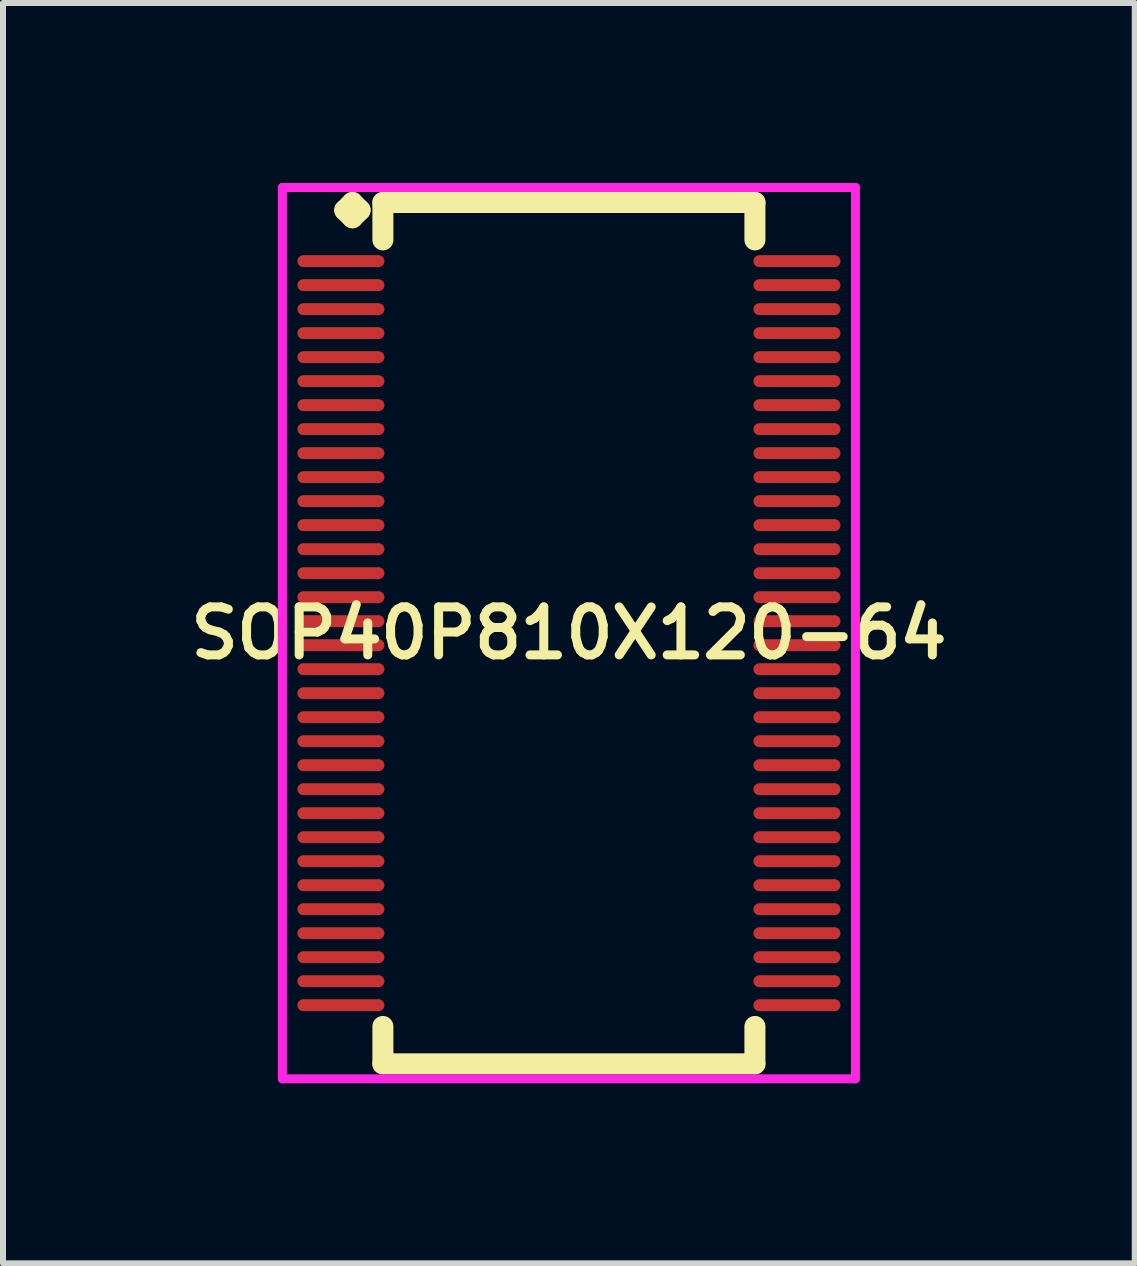
<source format=kicad_pcb>
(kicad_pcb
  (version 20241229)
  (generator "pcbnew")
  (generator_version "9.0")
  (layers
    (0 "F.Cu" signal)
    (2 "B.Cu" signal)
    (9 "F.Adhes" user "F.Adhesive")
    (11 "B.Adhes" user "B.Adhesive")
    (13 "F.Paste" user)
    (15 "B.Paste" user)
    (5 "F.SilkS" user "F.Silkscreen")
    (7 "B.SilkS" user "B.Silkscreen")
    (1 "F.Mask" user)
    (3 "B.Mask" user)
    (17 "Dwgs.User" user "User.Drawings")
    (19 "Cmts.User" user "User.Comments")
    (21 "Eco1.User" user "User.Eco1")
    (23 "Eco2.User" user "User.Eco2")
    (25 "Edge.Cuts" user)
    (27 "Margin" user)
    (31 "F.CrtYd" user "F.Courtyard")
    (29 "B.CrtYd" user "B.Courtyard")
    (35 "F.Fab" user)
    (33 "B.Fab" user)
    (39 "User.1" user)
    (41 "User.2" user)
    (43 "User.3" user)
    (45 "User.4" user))
  (footprint "SOP40P810X120-64"
    (layer "F.Cu")
    (at 6.431 7.502)
    (property "Reference" "SOP40P810X120-64" (at 0 0 0) (layer "F.SilkS") (effects (font (size 0.8 0.8) (thickness 0.15))))
    (attr smd)
    (fp_line (start -3.735 -7.05) (end -3.608 -7.177) (stroke (width 0.35) (type solid)) (layer "F.SilkS"))
    (fp_line (start -3.608 -7.177) (end -3.481 -7.05) (stroke (width 0.35) (type solid)) (layer "F.SilkS"))
    (fp_line (start -3.608 -6.923) (end -3.735 -7.05) (stroke (width 0.35) (type solid)) (layer "F.SilkS"))
    (fp_line (start -3.481 -7.05) (end -3.608 -6.923) (stroke (width 0.35) (type solid)) (layer "F.SilkS"))
    (fp_line (start -3.1 -7.177) (end 3.1 -7.177) (stroke (width 0.35) (type solid)) (layer "F.SilkS"))
    (fp_line (start -3.1 -6.554) (end -3.1 -7.177) (stroke (width 0.35) (type solid)) (layer "F.SilkS"))
    (fp_line (start -3.1 6.554) (end -3.1 7.177) (stroke (width 0.35) (type solid)) (layer "F.SilkS"))
    (fp_line (start -3.1 7.177) (end 3.1 7.177) (stroke (width 0.35) (type solid)) (layer "F.SilkS"))
    (fp_line (start 3.1 -7.177) (end 3.1 -6.554) (stroke (width 0.35) (type solid)) (layer "F.SilkS"))
    (fp_line (start 3.1 7.177) (end 3.1 6.554) (stroke (width 0.35) (type solid)) (layer "F.SilkS"))
    (fp_line (start -4.775 -7.427) (end 4.775 -7.427) (stroke (width 0.15) (type solid)) (layer "F.CrtYd"))
    (fp_line (start -4.775 7.427) (end -4.775 -7.427) (stroke (width 0.15) (type solid)) (layer "F.CrtYd"))
    (fp_line (start 4.775 -7.427) (end 4.775 7.427) (stroke (width 0.15) (type solid)) (layer "F.CrtYd"))
    (fp_line (start 4.775 7.427) (end -4.775 7.427) (stroke (width 0.15) (type solid)) (layer "F.CrtYd"))
    (pad "1" smd oval (at -3.8 -6.2) (size 1.45 0.2) (layers "F.Cu" "F.Mask" "F.Paste"))
    (pad "2" smd oval (at -3.8 -5.8) (size 1.45 0.2) (layers "F.Cu" "F.Mask" "F.Paste"))
    (pad "3" smd oval (at -3.8 -5.4) (size 1.45 0.2) (layers "F.Cu" "F.Mask" "F.Paste"))
    (pad "4" smd oval (at -3.8 -5) (size 1.45 0.2) (layers "F.Cu" "F.Mask" "F.Paste"))
    (pad "5" smd oval (at -3.8 -4.6) (size 1.45 0.2) (layers "F.Cu" "F.Mask" "F.Paste"))
    (pad "6" smd oval (at -3.8 -4.2) (size 1.45 0.2) (layers "F.Cu" "F.Mask" "F.Paste"))
    (pad "7" smd oval (at -3.8 -3.8) (size 1.45 0.2) (layers "F.Cu" "F.Mask" "F.Paste"))
    (pad "8" smd oval (at -3.8 -3.4) (size 1.45 0.2) (layers "F.Cu" "F.Mask" "F.Paste"))
    (pad "9" smd oval (at -3.8 -3) (size 1.45 0.2) (layers "F.Cu" "F.Mask" "F.Paste"))
    (pad "10" smd oval (at -3.8 -2.6) (size 1.45 0.2) (layers "F.Cu" "F.Mask" "F.Paste"))
    (pad "11" smd oval (at -3.8 -2.2) (size 1.45 0.2) (layers "F.Cu" "F.Mask" "F.Paste"))
    (pad "12" smd oval (at -3.8 -1.8) (size 1.45 0.2) (layers "F.Cu" "F.Mask" "F.Paste"))
    (pad "13" smd oval (at -3.8 -1.4) (size 1.45 0.2) (layers "F.Cu" "F.Mask" "F.Paste"))
    (pad "14" smd oval (at -3.8 -1) (size 1.45 0.2) (layers "F.Cu" "F.Mask" "F.Paste"))
    (pad "15" smd oval (at -3.8 -0.6) (size 1.45 0.2) (layers "F.Cu" "F.Mask" "F.Paste"))
    (pad "16" smd oval (at -3.8 -0.2) (size 1.45 0.2) (layers "F.Cu" "F.Mask" "F.Paste"))
    (pad "17" smd oval (at -3.8 0.2) (size 1.45 0.2) (layers "F.Cu" "F.Mask" "F.Paste"))
    (pad "18" smd oval (at -3.8 0.6) (size 1.45 0.2) (layers "F.Cu" "F.Mask" "F.Paste"))
    (pad "19" smd oval (at -3.8 1) (size 1.45 0.2) (layers "F.Cu" "F.Mask" "F.Paste"))
    (pad "20" smd oval (at -3.8 1.4) (size 1.45 0.2) (layers "F.Cu" "F.Mask" "F.Paste"))
    (pad "21" smd oval (at -3.8 1.8) (size 1.45 0.2) (layers "F.Cu" "F.Mask" "F.Paste"))
    (pad "22" smd oval (at -3.8 2.2) (size 1.45 0.2) (layers "F.Cu" "F.Mask" "F.Paste"))
    (pad "23" smd oval (at -3.8 2.6) (size 1.45 0.2) (layers "F.Cu" "F.Mask" "F.Paste"))
    (pad "24" smd oval (at -3.8 3) (size 1.45 0.2) (layers "F.Cu" "F.Mask" "F.Paste"))
    (pad "25" smd oval (at -3.8 3.4) (size 1.45 0.2) (layers "F.Cu" "F.Mask" "F.Paste"))
    (pad "26" smd oval (at -3.8 3.8) (size 1.45 0.2) (layers "F.Cu" "F.Mask" "F.Paste"))
    (pad "27" smd oval (at -3.8 4.2) (size 1.45 0.2) (layers "F.Cu" "F.Mask" "F.Paste"))
    (pad "28" smd oval (at -3.8 4.6) (size 1.45 0.2) (layers "F.Cu" "F.Mask" "F.Paste"))
    (pad "29" smd oval (at -3.8 5) (size 1.45 0.2) (layers "F.Cu" "F.Mask" "F.Paste"))
    (pad "30" smd oval (at -3.8 5.4) (size 1.45 0.2) (layers "F.Cu" "F.Mask" "F.Paste"))
    (pad "31" smd oval (at -3.8 5.8) (size 1.45 0.2) (layers "F.Cu" "F.Mask" "F.Paste"))
    (pad "32" smd oval (at -3.8 6.2) (size 1.45 0.2) (layers "F.Cu" "F.Mask" "F.Paste"))
    (pad "33" smd oval (at 3.8 6.2) (size 1.45 0.2) (layers "F.Cu" "F.Mask" "F.Paste"))
    (pad "34" smd oval (at 3.8 5.8) (size 1.45 0.2) (layers "F.Cu" "F.Mask" "F.Paste"))
    (pad "35" smd oval (at 3.8 5.4) (size 1.45 0.2) (layers "F.Cu" "F.Mask" "F.Paste"))
    (pad "36" smd oval (at 3.8 5) (size 1.45 0.2) (layers "F.Cu" "F.Mask" "F.Paste"))
    (pad "37" smd oval (at 3.8 4.6) (size 1.45 0.2) (layers "F.Cu" "F.Mask" "F.Paste"))
    (pad "38" smd oval (at 3.8 4.2) (size 1.45 0.2) (layers "F.Cu" "F.Mask" "F.Paste"))
    (pad "39" smd oval (at 3.8 3.8) (size 1.45 0.2) (layers "F.Cu" "F.Mask" "F.Paste"))
    (pad "40" smd oval (at 3.8 3.4) (size 1.45 0.2) (layers "F.Cu" "F.Mask" "F.Paste"))
    (pad "41" smd oval (at 3.8 3) (size 1.45 0.2) (layers "F.Cu" "F.Mask" "F.Paste"))
    (pad "42" smd oval (at 3.8 2.6) (size 1.45 0.2) (layers "F.Cu" "F.Mask" "F.Paste"))
    (pad "43" smd oval (at 3.8 2.2) (size 1.45 0.2) (layers "F.Cu" "F.Mask" "F.Paste"))
    (pad "44" smd oval (at 3.8 1.8) (size 1.45 0.2) (layers "F.Cu" "F.Mask" "F.Paste"))
    (pad "45" smd oval (at 3.8 1.4) (size 1.45 0.2) (layers "F.Cu" "F.Mask" "F.Paste"))
    (pad "46" smd oval (at 3.8 1) (size 1.45 0.2) (layers "F.Cu" "F.Mask" "F.Paste"))
    (pad "47" smd oval (at 3.8 0.6) (size 1.45 0.2) (layers "F.Cu" "F.Mask" "F.Paste"))
    (pad "48" smd oval (at 3.8 0.2) (size 1.45 0.2) (layers "F.Cu" "F.Mask" "F.Paste"))
    (pad "49" smd oval (at 3.8 -0.2) (size 1.45 0.2) (layers "F.Cu" "F.Mask" "F.Paste"))
    (pad "50" smd oval (at 3.8 -0.6) (size 1.45 0.2) (layers "F.Cu" "F.Mask" "F.Paste"))
    (pad "51" smd oval (at 3.8 -1) (size 1.45 0.2) (layers "F.Cu" "F.Mask" "F.Paste"))
    (pad "52" smd oval (at 3.8 -1.4) (size 1.45 0.2) (layers "F.Cu" "F.Mask" "F.Paste"))
    (pad "53" smd oval (at 3.8 -1.8) (size 1.45 0.2) (layers "F.Cu" "F.Mask" "F.Paste"))
    (pad "54" smd oval (at 3.8 -2.2) (size 1.45 0.2) (layers "F.Cu" "F.Mask" "F.Paste"))
    (pad "55" smd oval (at 3.8 -2.6) (size 1.45 0.2) (layers "F.Cu" "F.Mask" "F.Paste"))
    (pad "56" smd oval (at 3.8 -3) (size 1.45 0.2) (layers "F.Cu" "F.Mask" "F.Paste"))
    (pad "57" smd oval (at 3.8 -3.4) (size 1.45 0.2) (layers "F.Cu" "F.Mask" "F.Paste"))
    (pad "58" smd oval (at 3.8 -3.8) (size 1.45 0.2) (layers "F.Cu" "F.Mask" "F.Paste"))
    (pad "59" smd oval (at 3.8 -4.2) (size 1.45 0.2) (layers "F.Cu" "F.Mask" "F.Paste"))
    (pad "60" smd oval (at 3.8 -4.6) (size 1.45 0.2) (layers "F.Cu" "F.Mask" "F.Paste"))
    (pad "61" smd oval (at 3.8 -5) (size 1.45 0.2) (layers "F.Cu" "F.Mask" "F.Paste"))
    (pad "62" smd oval (at 3.8 -5.4) (size 1.45 0.2) (layers "F.Cu" "F.Mask" "F.Paste"))
    (pad "63" smd oval (at 3.8 -5.8) (size 1.45 0.2) (layers "F.Cu" "F.Mask" "F.Paste"))
    (pad "64" smd oval (at 3.8 -6.2) (size 1.45 0.2) (layers "F.Cu" "F.Mask" "F.Paste")))
  (gr_rect
    (start -3 -3)
    (end 15.861 18.004)
    (stroke (width 0.1) (type default))
    (fill no)
    (layer "Edge.Cuts")))
</source>
